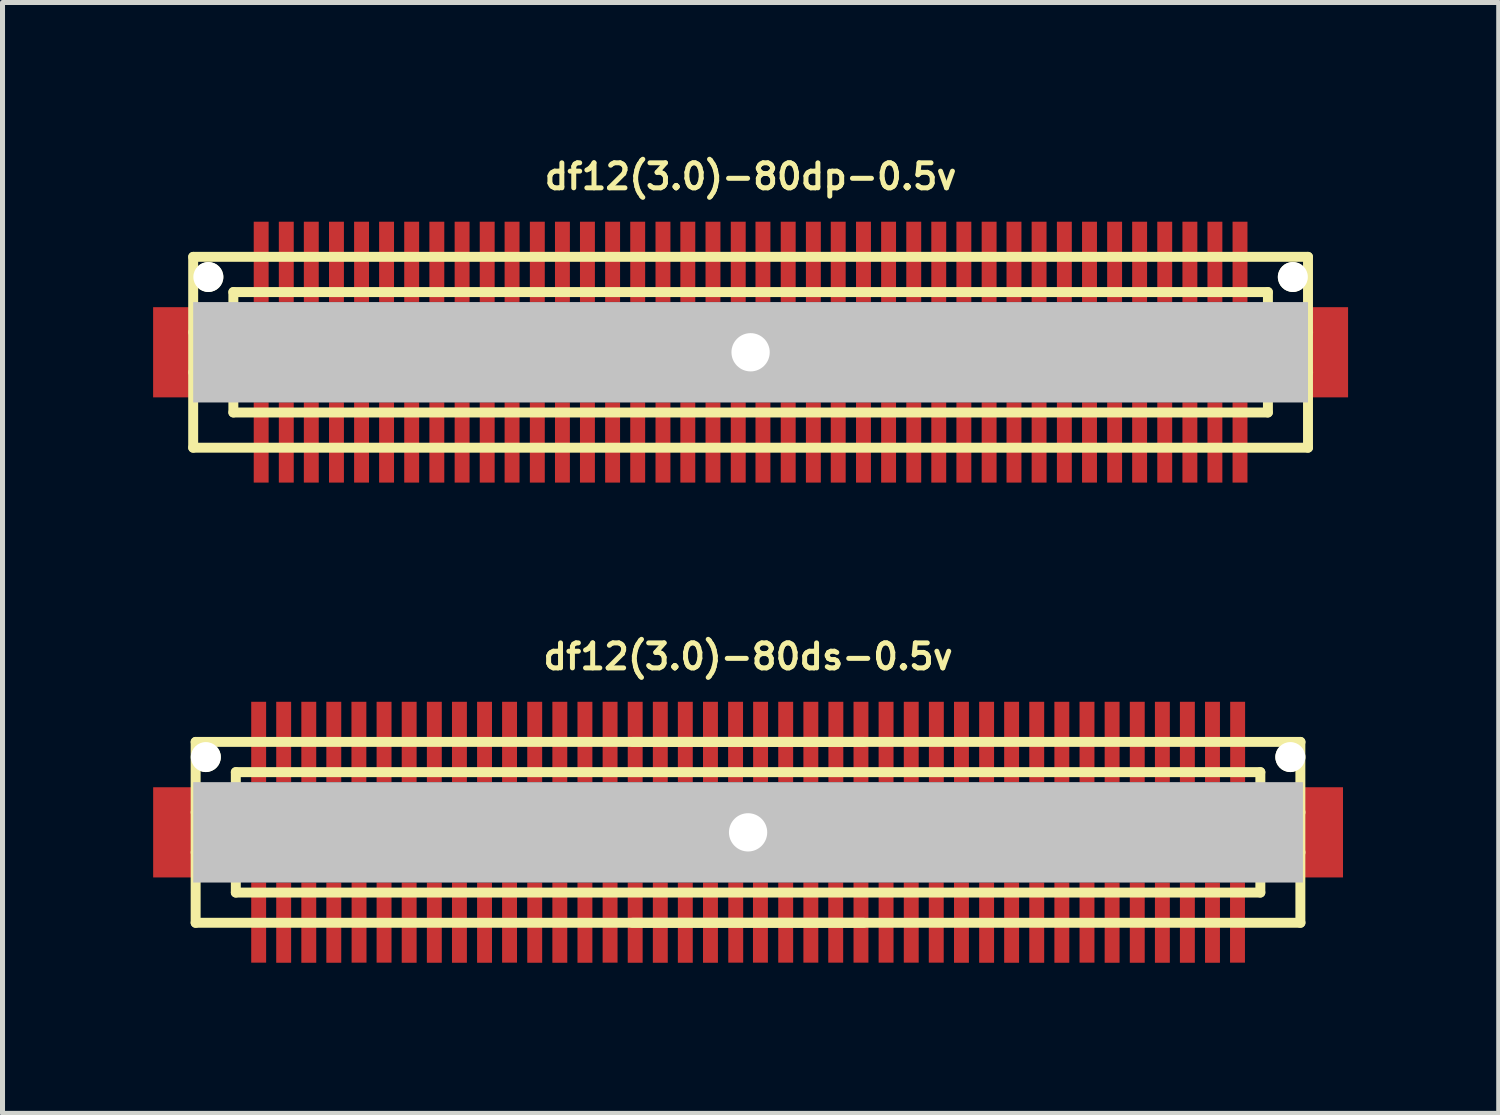
<source format=kicad_pcb>
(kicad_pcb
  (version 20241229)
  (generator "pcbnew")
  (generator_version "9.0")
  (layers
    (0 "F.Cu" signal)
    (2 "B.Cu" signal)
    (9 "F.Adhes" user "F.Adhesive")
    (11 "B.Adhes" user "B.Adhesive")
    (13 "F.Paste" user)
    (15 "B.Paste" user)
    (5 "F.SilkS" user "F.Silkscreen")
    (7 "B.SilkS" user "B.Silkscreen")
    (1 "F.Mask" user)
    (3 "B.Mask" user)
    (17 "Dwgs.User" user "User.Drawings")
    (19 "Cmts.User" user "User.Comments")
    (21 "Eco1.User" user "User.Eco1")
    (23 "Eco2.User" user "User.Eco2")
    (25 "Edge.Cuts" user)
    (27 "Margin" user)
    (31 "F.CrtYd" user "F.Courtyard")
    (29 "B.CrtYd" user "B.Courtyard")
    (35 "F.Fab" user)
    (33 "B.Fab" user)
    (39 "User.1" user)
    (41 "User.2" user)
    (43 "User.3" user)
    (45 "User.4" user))
  (footprint "df12(3.0)-80dp-0.5v"
    (layer "F.Cu")
    (at 11.897 3.965)
    (property "Reference" "df12(3.0)-80dp-0.5v" (at 0 -3.5 0) (layer "F.SilkS") (effects (font (size 0.498 0.498) (thickness 0.099))))
    (attr through_hole)
    (fp_line (start -11.1 -1.9) (end -11.1 1.9) (stroke (width 0.198) (type solid)) (layer "F.SilkS"))
    (fp_line (start -11.1 -1.9) (end 11.1 -1.9) (stroke (width 0.198) (type solid)) (layer "F.SilkS"))
    (fp_line (start -10.3 -0.399) (end -11.1 -0.399) (stroke (width 0.198) (type solid)) (layer "F.SilkS"))
    (fp_line (start -10.3 0.399) (end -11.1 0.399) (stroke (width 0.198) (type solid)) (layer "F.SilkS"))
    (fp_line (start -10.3 1.199) (end -10.3 -1.199) (stroke (width 0.198) (type solid)) (layer "F.SilkS"))
    (fp_line (start -10.3 1.199) (end 10.3 1.199) (stroke (width 0.198) (type solid)) (layer "F.SilkS"))
    (fp_line (start 10.3 -1.199) (end -10.3 -1.199) (stroke (width 0.198) (type solid)) (layer "F.SilkS"))
    (fp_line (start 10.302 -1.199) (end 10.302 1.199) (stroke (width 0.198) (type solid)) (layer "F.SilkS"))
    (fp_line (start 10.302 -0.399) (end 11.102 -0.399) (stroke (width 0.198) (type solid)) (layer "F.SilkS"))
    (fp_line (start 11.1 1.9) (end -11.1 1.9) (stroke (width 0.198) (type solid)) (layer "F.SilkS"))
    (fp_line (start 11.1 1.9) (end 11.1 -1.9) (stroke (width 0.198) (type solid)) (layer "F.SilkS"))
    (fp_line (start 11.102 0.399) (end 10.302 0.399) (stroke (width 0.198) (type solid)) (layer "F.SilkS"))
    (pad "" smd rect (at -11.499 0) (size 0.798 1.796) (layers "F.Cu" "F.Mask" "F.Paste"))
    (pad "" np_thru_hole circle (at -10.798 -1.499) (size 0.597 0.597) (drill 0.597) (layers "*.Cu" "*.Mask" "F.SilkS"))
    (pad "" np_thru_hole rect (at 0 0) (size 22.2 1.999) (drill 0.762) (layers "Dwgs.User"))
    (pad "" np_thru_hole circle (at 10.798 -1.499) (size 0.597 0.597) (drill 0.597) (layers "*.Cu" "*.Mask" "F.SilkS"))
    (pad "" smd rect (at 11.499 0) (size 0.798 1.796) (layers "F.Cu" "F.Mask" "F.Paste"))
    (pad "1" smd rect (at 9.746 1.796) (size 0.297 1.598) (layers "F.Cu" "F.Mask" "F.Paste"))
    (pad "2" smd rect (at 9.246 1.796) (size 0.297 1.598) (layers "F.Cu" "F.Mask" "F.Paste"))
    (pad "3" smd rect (at 8.748 1.796) (size 0.297 1.598) (layers "F.Cu" "F.Mask" "F.Paste"))
    (pad "4" smd rect (at 8.247 1.796) (size 0.297 1.598) (layers "F.Cu" "F.Mask" "F.Paste"))
    (pad "5" smd rect (at 7.747 1.796) (size 0.297 1.598) (layers "F.Cu" "F.Mask" "F.Paste"))
    (pad "6" smd rect (at 7.249 1.796) (size 0.297 1.598) (layers "F.Cu" "F.Mask" "F.Paste"))
    (pad "7" smd rect (at 6.749 1.796) (size 0.297 1.598) (layers "F.Cu" "F.Mask" "F.Paste"))
    (pad "8" smd rect (at 6.248 1.796) (size 0.297 1.598) (layers "F.Cu" "F.Mask" "F.Paste"))
    (pad "9" smd rect (at 5.745 1.796) (size 0.297 1.598) (layers "F.Cu" "F.Mask" "F.Paste"))
    (pad "10" smd rect (at 5.245 1.796) (size 0.297 1.598) (layers "F.Cu" "F.Mask" "F.Paste"))
    (pad "11" smd rect (at 4.75 1.796) (size 0.297 1.598) (layers "F.Cu" "F.Mask" "F.Paste"))
    (pad "12" smd rect (at 4.247 1.796) (size 0.297 1.598) (layers "F.Cu" "F.Mask" "F.Paste"))
    (pad "13" smd rect (at 3.747 1.796) (size 0.297 1.598) (layers "F.Cu" "F.Mask" "F.Paste"))
    (pad "14" smd rect (at 3.249 1.796) (size 0.297 1.598) (layers "F.Cu" "F.Mask" "F.Paste"))
    (pad "15" smd rect (at 2.748 1.796) (size 0.297 1.598) (layers "F.Cu" "F.Mask" "F.Paste"))
    (pad "16" smd rect (at 2.248 1.796) (size 0.297 1.598) (layers "F.Cu" "F.Mask" "F.Paste"))
    (pad "17" smd rect (at 1.745 1.796) (size 0.297 1.598) (layers "F.Cu" "F.Mask" "F.Paste"))
    (pad "18" smd rect (at 1.25 1.796) (size 0.297 1.598) (layers "F.Cu" "F.Mask" "F.Paste"))
    (pad "19" smd rect (at 0.749 1.796) (size 0.297 1.598) (layers "F.Cu" "F.Mask" "F.Paste"))
    (pad "20" smd rect (at 0.246 1.796) (size 0.297 1.598) (layers "F.Cu" "F.Mask" "F.Paste"))
    (pad "21" smd rect (at -0.246 1.796) (size 0.297 1.598) (layers "F.Cu" "F.Mask" "F.Paste"))
    (pad "22" smd rect (at -0.749 1.796) (size 0.297 1.598) (layers "F.Cu" "F.Mask" "F.Paste"))
    (pad "23" smd rect (at -1.25 1.796) (size 0.297 1.598) (layers "F.Cu" "F.Mask" "F.Paste"))
    (pad "24" smd rect (at -1.745 1.796) (size 0.297 1.598) (layers "F.Cu" "F.Mask" "F.Paste"))
    (pad "25" smd rect (at -2.248 1.796) (size 0.297 1.598) (layers "F.Cu" "F.Mask" "F.Paste"))
    (pad "26" smd rect (at -2.748 1.796) (size 0.297 1.598) (layers "F.Cu" "F.Mask" "F.Paste"))
    (pad "27" smd rect (at -3.249 1.796) (size 0.297 1.598) (layers "F.Cu" "F.Mask" "F.Paste"))
    (pad "28" smd rect (at -3.747 1.796) (size 0.297 1.598) (layers "F.Cu" "F.Mask" "F.Paste"))
    (pad "29" smd rect (at -4.247 1.796) (size 0.297 1.598) (layers "F.Cu" "F.Mask" "F.Paste"))
    (pad "30" smd rect (at -4.75 1.796) (size 0.297 1.598) (layers "F.Cu" "F.Mask" "F.Paste"))
    (pad "31" smd rect (at -5.245 1.796) (size 0.297 1.598) (layers "F.Cu" "F.Mask" "F.Paste"))
    (pad "32" smd rect (at -5.745 1.796) (size 0.297 1.598) (layers "F.Cu" "F.Mask" "F.Paste"))
    (pad "33" smd rect (at -6.248 1.796) (size 0.297 1.598) (layers "F.Cu" "F.Mask" "F.Paste"))
    (pad "34" smd rect (at -6.749 1.796) (size 0.297 1.598) (layers "F.Cu" "F.Mask" "F.Paste"))
    (pad "35" smd rect (at -7.249 1.796) (size 0.297 1.598) (layers "F.Cu" "F.Mask" "F.Paste"))
    (pad "36" smd rect (at -7.747 1.796) (size 0.297 1.598) (layers "F.Cu" "F.Mask" "F.Paste"))
    (pad "37" smd rect (at -8.247 1.796) (size 0.297 1.598) (layers "F.Cu" "F.Mask" "F.Paste"))
    (pad "38" smd rect (at -8.748 1.796) (size 0.297 1.598) (layers "F.Cu" "F.Mask" "F.Paste"))
    (pad "39" smd rect (at -9.246 1.796) (size 0.297 1.598) (layers "F.Cu" "F.Mask" "F.Paste"))
    (pad "40" smd rect (at -9.746 1.796) (size 0.297 1.598) (layers "F.Cu" "F.Mask" "F.Paste"))
    (pad "41" smd rect (at -9.746 -1.801) (size 0.297 1.598) (layers "F.Cu" "F.Mask" "F.Paste"))
    (pad "42" smd rect (at -9.246 -1.801) (size 0.297 1.598) (layers "F.Cu" "F.Mask" "F.Paste"))
    (pad "43" smd rect (at -8.748 -1.801) (size 0.297 1.598) (layers "F.Cu" "F.Mask" "F.Paste"))
    (pad "44" smd rect (at -8.247 -1.801) (size 0.297 1.598) (layers "F.Cu" "F.Mask" "F.Paste"))
    (pad "45" smd rect (at -7.747 -1.801) (size 0.297 1.598) (layers "F.Cu" "F.Mask" "F.Paste"))
    (pad "46" smd rect (at -7.249 -1.801) (size 0.297 1.598) (layers "F.Cu" "F.Mask" "F.Paste"))
    (pad "47" smd rect (at -6.749 -1.801) (size 0.297 1.598) (layers "F.Cu" "F.Mask" "F.Paste"))
    (pad "48" smd rect (at -6.248 -1.801) (size 0.297 1.598) (layers "F.Cu" "F.Mask" "F.Paste"))
    (pad "49" smd rect (at -5.745 -1.801) (size 0.297 1.598) (layers "F.Cu" "F.Mask" "F.Paste"))
    (pad "50" smd rect (at -5.245 -1.801) (size 0.297 1.598) (layers "F.Cu" "F.Mask" "F.Paste"))
    (pad "51" smd rect (at -4.75 -1.801) (size 0.297 1.598) (layers "F.Cu" "F.Mask" "F.Paste"))
    (pad "52" smd rect (at -4.247 -1.801) (size 0.297 1.598) (layers "F.Cu" "F.Mask" "F.Paste"))
    (pad "53" smd rect (at -3.747 -1.801) (size 0.297 1.598) (layers "F.Cu" "F.Mask" "F.Paste"))
    (pad "54" smd rect (at -3.249 -1.801) (size 0.297 1.598) (layers "F.Cu" "F.Mask" "F.Paste"))
    (pad "55" smd rect (at -2.748 -1.801) (size 0.297 1.598) (layers "F.Cu" "F.Mask" "F.Paste"))
    (pad "56" smd rect (at -2.248 -1.801) (size 0.297 1.598) (layers "F.Cu" "F.Mask" "F.Paste"))
    (pad "57" smd rect (at -1.745 -1.801) (size 0.297 1.598) (layers "F.Cu" "F.Mask" "F.Paste"))
    (pad "58" smd rect (at -1.25 -1.801) (size 0.297 1.598) (layers "F.Cu" "F.Mask" "F.Paste"))
    (pad "59" smd rect (at -0.749 -1.801) (size 0.297 1.598) (layers "F.Cu" "F.Mask" "F.Paste"))
    (pad "60" smd rect (at -0.246 -1.801) (size 0.297 1.598) (layers "F.Cu" "F.Mask" "F.Paste"))
    (pad "61" smd rect (at 0.246 -1.801) (size 0.297 1.598) (layers "F.Cu" "F.Mask" "F.Paste"))
    (pad "62" smd rect (at 0.749 -1.801) (size 0.297 1.598) (layers "F.Cu" "F.Mask" "F.Paste"))
    (pad "63" smd rect (at 1.25 -1.801) (size 0.297 1.598) (layers "F.Cu" "F.Mask" "F.Paste"))
    (pad "64" smd rect (at 1.745 -1.801) (size 0.297 1.598) (layers "F.Cu" "F.Mask" "F.Paste"))
    (pad "65" smd rect (at 2.248 -1.801) (size 0.297 1.598) (layers "F.Cu" "F.Mask" "F.Paste"))
    (pad "66" smd rect (at 2.748 -1.801) (size 0.297 1.598) (layers "F.Cu" "F.Mask" "F.Paste"))
    (pad "67" smd rect (at 3.249 -1.801) (size 0.297 1.598) (layers "F.Cu" "F.Mask" "F.Paste"))
    (pad "68" smd rect (at 3.747 -1.801) (size 0.297 1.598) (layers "F.Cu" "F.Mask" "F.Paste"))
    (pad "69" smd rect (at 4.247 -1.801) (size 0.297 1.598) (layers "F.Cu" "F.Mask" "F.Paste"))
    (pad "70" smd rect (at 4.75 -1.801) (size 0.297 1.598) (layers "F.Cu" "F.Mask" "F.Paste"))
    (pad "71" smd rect (at 5.245 -1.801) (size 0.297 1.598) (layers "F.Cu" "F.Mask" "F.Paste"))
    (pad "72" smd rect (at 5.745 -1.801) (size 0.297 1.598) (layers "F.Cu" "F.Mask" "F.Paste"))
    (pad "73" smd rect (at 6.248 -1.801) (size 0.297 1.598) (layers "F.Cu" "F.Mask" "F.Paste"))
    (pad "74" smd rect (at 6.749 -1.801) (size 0.297 1.598) (layers "F.Cu" "F.Mask" "F.Paste"))
    (pad "75" smd rect (at 7.249 -1.801) (size 0.297 1.598) (layers "F.Cu" "F.Mask" "F.Paste"))
    (pad "76" smd rect (at 7.747 -1.801) (size 0.297 1.598) (layers "F.Cu" "F.Mask" "F.Paste"))
    (pad "77" smd rect (at 8.247 -1.801) (size 0.297 1.598) (layers "F.Cu" "F.Mask" "F.Paste"))
    (pad "78" smd rect (at 8.748 -1.801) (size 0.297 1.598) (layers "F.Cu" "F.Mask" "F.Paste"))
    (pad "79" smd rect (at 9.246 -1.801) (size 0.297 1.598) (layers "F.Cu" "F.Mask" "F.Paste"))
    (pad "80" smd rect (at 9.746 -1.801) (size 0.297 1.598) (layers "F.Cu" "F.Mask" "F.Paste")))
  (footprint "df12(3.0)-80ds-0.5v"
    (layer "F.Cu")
    (at 11.847 13.525)
    (property "Reference" "df12(3.0)-80ds-0.5v" (at 0 -3.5 0) (layer "F.SilkS") (effects (font (size 0.498 0.498) (thickness 0.099))))
    (attr through_hole)
    (fp_line (start -11.001 -1.801) (end 11.001 -1.801) (stroke (width 0.198) (type solid)) (layer "F.SilkS"))
    (fp_line (start -11.001 1.801) (end -11.001 -1.801) (stroke (width 0.198) (type solid)) (layer "F.SilkS"))
    (fp_line (start -10.201 -0.399) (end -11.001 -0.399) (stroke (width 0.198) (type solid)) (layer "F.SilkS"))
    (fp_line (start -10.201 0.399) (end -11.001 0.399) (stroke (width 0.198) (type solid)) (layer "F.SilkS"))
    (fp_line (start -10.201 0.701) (end 10.201 0.701) (stroke (width 0.198) (type solid)) (layer "F.SilkS"))
    (fp_line (start -10.201 1.199) (end -10.201 -1.199) (stroke (width 0.198) (type solid)) (layer "F.SilkS"))
    (fp_line (start -10.201 1.199) (end 10.201 1.199) (stroke (width 0.198) (type solid)) (layer "F.SilkS"))
    (fp_line (start -2.301 -1.801) (end 2.301 -1.801) (stroke (width 0.198) (type solid)) (layer "F.SilkS"))
    (fp_line (start 2.301 1.801) (end -2.301 1.801) (stroke (width 0.198) (type solid)) (layer "F.SilkS"))
    (fp_line (start 10.201 -1.199) (end -10.201 -1.199) (stroke (width 0.198) (type solid)) (layer "F.SilkS"))
    (fp_line (start 10.201 -1.199) (end 10.201 1.199) (stroke (width 0.198) (type solid)) (layer "F.SilkS"))
    (fp_line (start 10.201 -0.701) (end -10.201 -0.701) (stroke (width 0.198) (type solid)) (layer "F.SilkS"))
    (fp_line (start 10.201 -0.399) (end 11.001 -0.399) (stroke (width 0.198) (type solid)) (layer "F.SilkS"))
    (fp_line (start 10.998 -1.801) (end 10.998 1.801) (stroke (width 0.198) (type solid)) (layer "F.SilkS"))
    (fp_line (start 11.001 0.399) (end 10.201 0.399) (stroke (width 0.198) (type solid)) (layer "F.SilkS"))
    (fp_line (start 11.001 1.801) (end -11.001 1.801) (stroke (width 0.198) (type solid)) (layer "F.SilkS"))
    (pad "" smd rect (at -11.448 0) (size 0.798 1.796) (layers "F.Cu" "F.Mask" "F.Paste"))
    (pad "" np_thru_hole circle (at -10.798 -1.499) (size 0.597 0.597) (drill 0.597) (layers "*.Cu" "*.Mask" "F.SilkS"))
    (pad "" np_thru_hole rect (at 0 0) (size 22.098 1.999) (drill 0.762) (layers "Dwgs.User"))
    (pad "" np_thru_hole circle (at 10.798 -1.499) (size 0.597 0.597) (drill 0.597) (layers "*.Cu" "*.Mask" "F.SilkS"))
    (pad "" smd rect (at 11.448 0) (size 0.798 1.796) (layers "F.Cu" "F.Mask" "F.Paste"))
    (pad "1" smd rect (at -9.746 1.796) (size 0.297 1.598) (layers "F.Cu" "F.Mask" "F.Paste"))
    (pad "2" smd rect (at -9.248 1.798) (size 0.297 1.598) (layers "F.Cu" "F.Mask" "F.Paste"))
    (pad "3" smd rect (at -8.748 1.798) (size 0.297 1.598) (layers "F.Cu" "F.Mask" "F.Paste"))
    (pad "4" smd rect (at -8.25 1.798) (size 0.297 1.598) (layers "F.Cu" "F.Mask" "F.Paste"))
    (pad "5" smd rect (at -7.747 1.796) (size 0.297 1.598) (layers "F.Cu" "F.Mask" "F.Paste"))
    (pad "6" smd rect (at -7.249 1.796) (size 0.297 1.598) (layers "F.Cu" "F.Mask" "F.Paste"))
    (pad "7" smd rect (at -6.749 1.798) (size 0.297 1.598) (layers "F.Cu" "F.Mask" "F.Paste"))
    (pad "8" smd rect (at -6.248 1.798) (size 0.297 1.598) (layers "F.Cu" "F.Mask" "F.Paste"))
    (pad "9" smd rect (at -5.748 1.798) (size 0.297 1.598) (layers "F.Cu" "F.Mask" "F.Paste"))
    (pad "10" smd rect (at -5.248 1.798) (size 0.297 1.598) (layers "F.Cu" "F.Mask" "F.Paste"))
    (pad "11" smd rect (at -4.75 1.796) (size 0.297 1.598) (layers "F.Cu" "F.Mask" "F.Paste"))
    (pad "12" smd rect (at -4.249 1.798) (size 0.297 1.598) (layers "F.Cu" "F.Mask" "F.Paste"))
    (pad "13" smd rect (at -3.749 1.798) (size 0.297 1.598) (layers "F.Cu" "F.Mask" "F.Paste"))
    (pad "14" smd rect (at -3.249 1.798) (size 0.297 1.598) (layers "F.Cu" "F.Mask" "F.Paste"))
    (pad "15" smd rect (at -2.748 1.796) (size 0.297 1.598) (layers "F.Cu" "F.Mask" "F.Paste"))
    (pad "16" smd rect (at -2.248 1.798) (size 0.297 1.598) (layers "F.Cu" "F.Mask" "F.Paste"))
    (pad "17" smd rect (at -1.748 1.798) (size 0.297 1.598) (layers "F.Cu" "F.Mask" "F.Paste"))
    (pad "18" smd rect (at -1.25 1.798) (size 0.297 1.598) (layers "F.Cu" "F.Mask" "F.Paste"))
    (pad "19" smd rect (at -0.749 1.798) (size 0.297 1.598) (layers "F.Cu" "F.Mask" "F.Paste"))
    (pad "20" smd rect (at -0.246 1.796) (size 0.297 1.598) (layers "F.Cu" "F.Mask" "F.Paste"))
    (pad "21" smd rect (at 0.246 1.796) (size 0.297 1.598) (layers "F.Cu" "F.Mask" "F.Paste"))
    (pad "22" smd rect (at 0.749 1.796) (size 0.297 1.598) (layers "F.Cu" "F.Mask" "F.Paste"))
    (pad "23" smd rect (at 1.25 1.796) (size 0.297 1.598) (layers "F.Cu" "F.Mask" "F.Paste"))
    (pad "24" smd rect (at 1.745 1.796) (size 0.297 1.598) (layers "F.Cu" "F.Mask" "F.Paste"))
    (pad "25" smd rect (at 2.248 1.796) (size 0.297 1.598) (layers "F.Cu" "F.Mask" "F.Paste"))
    (pad "26" smd rect (at 2.748 1.796) (size 0.297 1.598) (layers "F.Cu" "F.Mask" "F.Paste"))
    (pad "27" smd rect (at 3.249 1.796) (size 0.297 1.598) (layers "F.Cu" "F.Mask" "F.Paste"))
    (pad "28" smd rect (at 3.747 1.796) (size 0.297 1.598) (layers "F.Cu" "F.Mask" "F.Paste"))
    (pad "29" smd rect (at 4.249 1.798) (size 0.297 1.598) (layers "F.Cu" "F.Mask" "F.Paste"))
    (pad "30" smd rect (at 4.75 1.798) (size 0.297 1.598) (layers "F.Cu" "F.Mask" "F.Paste"))
    (pad "31" smd rect (at 5.248 1.798) (size 0.297 1.598) (layers "F.Cu" "F.Mask" "F.Paste"))
    (pad "32" smd rect (at 5.748 1.798) (size 0.297 1.598) (layers "F.Cu" "F.Mask" "F.Paste"))
    (pad "33" smd rect (at 6.248 1.798) (size 0.297 1.598) (layers "F.Cu" "F.Mask" "F.Paste"))
    (pad "34" smd rect (at 6.749 1.796) (size 0.297 1.598) (layers "F.Cu" "F.Mask" "F.Paste"))
    (pad "35" smd rect (at 7.249 1.798) (size 0.297 1.598) (layers "F.Cu" "F.Mask" "F.Paste"))
    (pad "36" smd rect (at 7.75 1.798) (size 0.297 1.598) (layers "F.Cu" "F.Mask" "F.Paste"))
    (pad "37" smd rect (at 8.25 1.798) (size 0.297 1.598) (layers "F.Cu" "F.Mask" "F.Paste"))
    (pad "38" smd rect (at 8.748 1.798) (size 0.297 1.598) (layers "F.Cu" "F.Mask" "F.Paste"))
    (pad "39" smd rect (at 9.248 1.798) (size 0.297 1.598) (layers "F.Cu" "F.Mask" "F.Paste"))
    (pad "40" smd rect (at 9.746 1.796) (size 0.297 1.598) (layers "F.Cu" "F.Mask" "F.Paste"))
    (pad "41" smd rect (at 9.749 -1.801) (size 0.297 1.598) (layers "F.Cu" "F.Mask" "F.Paste"))
    (pad "42" smd rect (at 9.248 -1.801) (size 0.297 1.598) (layers "F.Cu" "F.Mask" "F.Paste"))
    (pad "43" smd rect (at 8.748 -1.801) (size 0.297 1.598) (layers "F.Cu" "F.Mask" "F.Paste"))
    (pad "44" smd rect (at 8.25 -1.801) (size 0.297 1.598) (layers "F.Cu" "F.Mask" "F.Paste"))
    (pad "45" smd rect (at 7.75 -1.801) (size 0.297 1.598) (layers "F.Cu" "F.Mask" "F.Paste"))
    (pad "46" smd rect (at 7.249 -1.801) (size 0.297 1.598) (layers "F.Cu" "F.Mask" "F.Paste"))
    (pad "47" smd rect (at 6.749 -1.801) (size 0.297 1.598) (layers "F.Cu" "F.Mask" "F.Paste"))
    (pad "48" smd rect (at 6.248 -1.801) (size 0.297 1.598) (layers "F.Cu" "F.Mask" "F.Paste"))
    (pad "49" smd rect (at 5.748 -1.801) (size 0.297 1.598) (layers "F.Cu" "F.Mask" "F.Paste"))
    (pad "50" smd rect (at 5.248 -1.801) (size 0.297 1.598) (layers "F.Cu" "F.Mask" "F.Paste"))
    (pad "51" smd rect (at 4.75 -1.801) (size 0.297 1.598) (layers "F.Cu" "F.Mask" "F.Paste"))
    (pad "52" smd rect (at 4.249 -1.801) (size 0.297 1.598) (layers "F.Cu" "F.Mask" "F.Paste"))
    (pad "53" smd rect (at 3.749 -1.801) (size 0.297 1.598) (layers "F.Cu" "F.Mask" "F.Paste"))
    (pad "54" smd rect (at 3.249 -1.801) (size 0.297 1.598) (layers "F.Cu" "F.Mask" "F.Paste"))
    (pad "55" smd rect (at 2.748 -1.801) (size 0.297 1.598) (layers "F.Cu" "F.Mask" "F.Paste"))
    (pad "56" smd rect (at 2.248 -1.801) (size 0.297 1.598) (layers "F.Cu" "F.Mask" "F.Paste"))
    (pad "57" smd rect (at 1.748 -1.801) (size 0.297 1.598) (layers "F.Cu" "F.Mask" "F.Paste"))
    (pad "58" smd rect (at 1.25 -1.801) (size 0.297 1.598) (layers "F.Cu" "F.Mask" "F.Paste"))
    (pad "59" smd rect (at 0.749 -1.801) (size 0.297 1.598) (layers "F.Cu" "F.Mask" "F.Paste"))
    (pad "60" smd rect (at 0.249 -1.801) (size 0.297 1.598) (layers "F.Cu" "F.Mask" "F.Paste"))
    (pad "61" smd rect (at -0.249 -1.801) (size 0.297 1.598) (layers "F.Cu" "F.Mask" "F.Paste"))
    (pad "62" smd rect (at -0.749 -1.801) (size 0.297 1.598) (layers "F.Cu" "F.Mask" "F.Paste"))
    (pad "63" smd rect (at -1.25 -1.801) (size 0.297 1.598) (layers "F.Cu" "F.Mask" "F.Paste"))
    (pad "64" smd rect (at -1.748 -1.801) (size 0.297 1.598) (layers "F.Cu" "F.Mask" "F.Paste"))
    (pad "65" smd rect (at -2.248 -1.801) (size 0.297 1.598) (layers "F.Cu" "F.Mask" "F.Paste"))
    (pad "66" smd rect (at -2.748 -1.801) (size 0.297 1.598) (layers "F.Cu" "F.Mask" "F.Paste"))
    (pad "67" smd rect (at -3.249 -1.801) (size 0.297 1.598) (layers "F.Cu" "F.Mask" "F.Paste"))
    (pad "68" smd rect (at -3.749 -1.801) (size 0.297 1.598) (layers "F.Cu" "F.Mask" "F.Paste"))
    (pad "69" smd rect (at -4.249 -1.801) (size 0.297 1.598) (layers "F.Cu" "F.Mask" "F.Paste"))
    (pad "70" smd rect (at -4.75 -1.801) (size 0.297 1.598) (layers "F.Cu" "F.Mask" "F.Paste"))
    (pad "71" smd rect (at -5.248 -1.801) (size 0.297 1.598) (layers "F.Cu" "F.Mask" "F.Paste"))
    (pad "72" smd rect (at -5.748 -1.801) (size 0.297 1.598) (layers "F.Cu" "F.Mask" "F.Paste"))
    (pad "73" smd rect (at -6.248 -1.801) (size 0.297 1.598) (layers "F.Cu" "F.Mask" "F.Paste"))
    (pad "74" smd rect (at -6.749 -1.801) (size 0.297 1.598) (layers "F.Cu" "F.Mask" "F.Paste"))
    (pad "75" smd rect (at -7.249 -1.801) (size 0.297 1.598) (layers "F.Cu" "F.Mask" "F.Paste"))
    (pad "76" smd rect (at -7.75 -1.801) (size 0.297 1.598) (layers "F.Cu" "F.Mask" "F.Paste"))
    (pad "77" smd rect (at -8.25 -1.801) (size 0.297 1.598) (layers "F.Cu" "F.Mask" "F.Paste"))
    (pad "78" smd rect (at -8.748 -1.801) (size 0.297 1.598) (layers "F.Cu" "F.Mask" "F.Paste"))
    (pad "79" smd rect (at -9.248 -1.801) (size 0.297 1.598) (layers "F.Cu" "F.Mask" "F.Paste"))
    (pad "80" smd rect (at -9.746 -1.801) (size 0.297 1.598) (layers "F.Cu" "F.Mask" "F.Paste")))
  (gr_rect
    (start -3 -3)
    (end 26.795 19.122)
    (stroke (width 0.1) (type default))
    (fill no)
    (layer "Edge.Cuts")))
</source>
